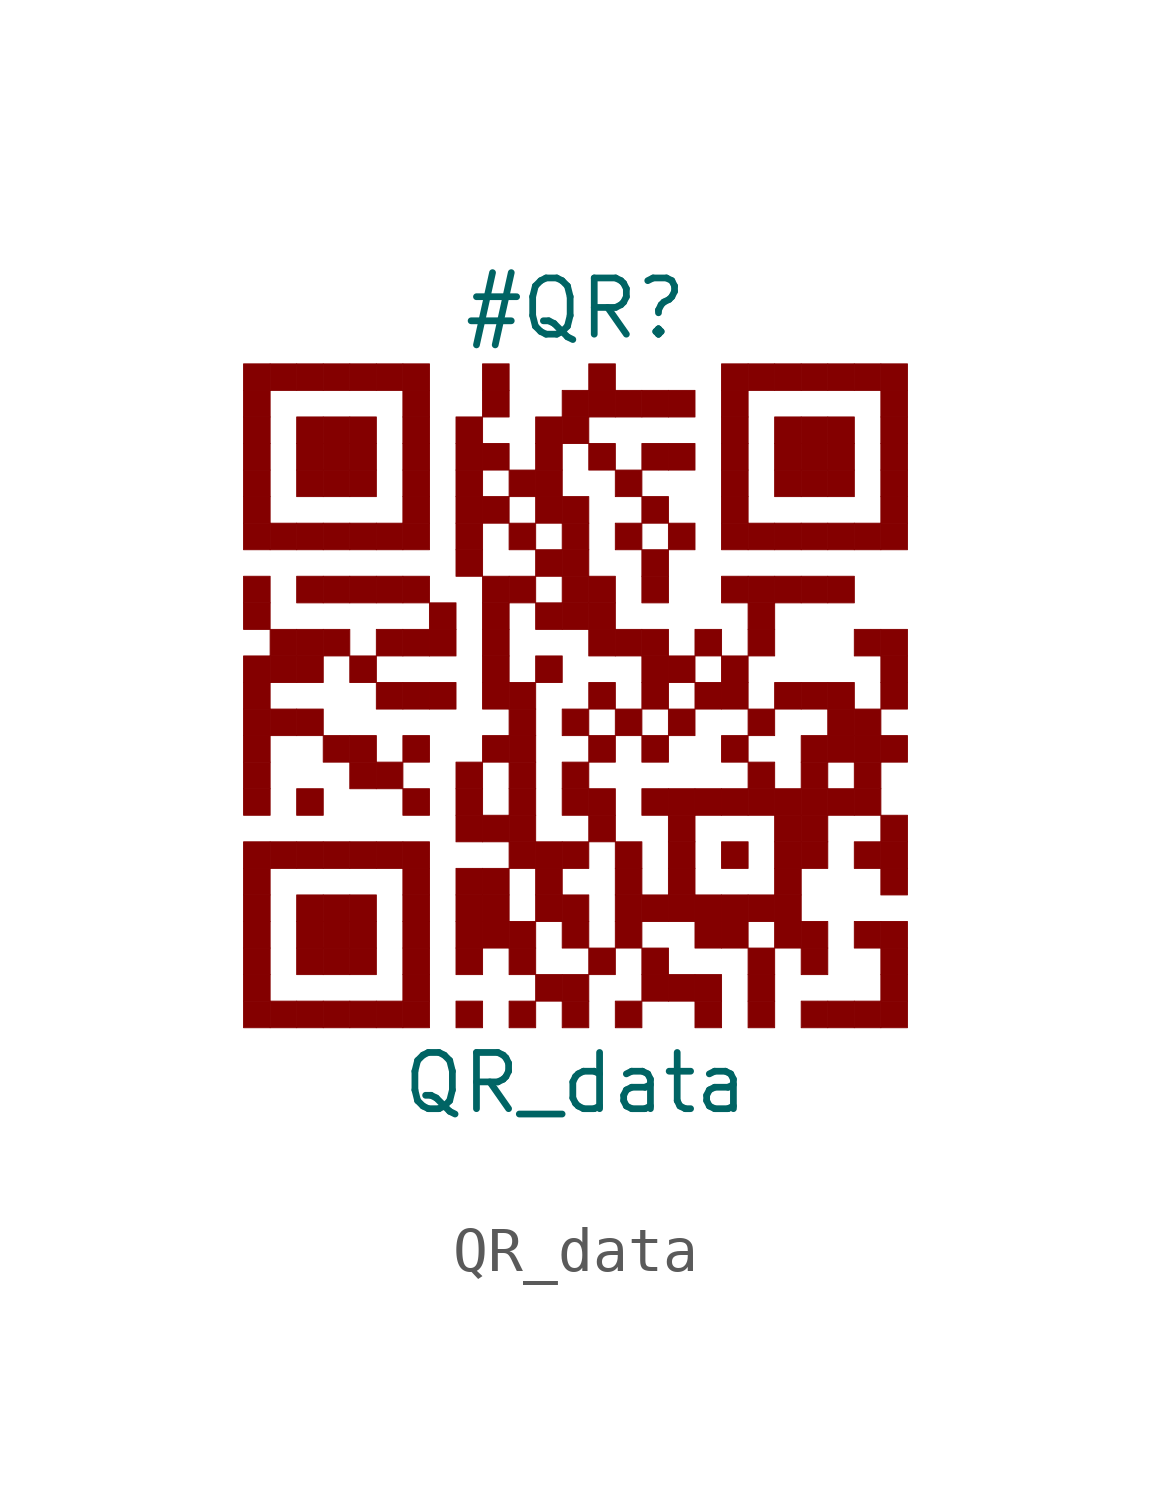
<source format=kicad_sym>
(kicad_symbol_lib
  (version 20211014)
  (generator kibot)
  (symbol "QR_data"
    (pin_numbers hide)
    (pin_names hide)
    (property "Reference" "#QR"
      (at 0 8.75 0)
      (effects (font (size 1.27 1.27))))
    (property "Value" "QR_data"
      (at 0 -8.75 0)
      (effects (font (size 1.27 1.27))))
    (rectangle
      (start -7.5 7.5)
      (end -6.9 6.9)
      (stroke (width 0.001) (type default))
      (fill (type outline)))
    (rectangle
      (start -6.9 7.5)
      (end -6.3 6.9)
      (stroke (width 0.001) (type default))
      (fill (type outline)))
    (rectangle
      (start -6.3 7.5)
      (end -5.7 6.9)
      (stroke (width 0.001) (type default))
      (fill (type outline)))
    (rectangle
      (start -5.7 7.5)
      (end -5.1 6.9)
      (stroke (width 0.001) (type default))
      (fill (type outline)))
    (rectangle
      (start -5.1 7.5)
      (end -4.5 6.9)
      (stroke (width 0.001) (type default))
      (fill (type outline)))
    (rectangle
      (start -4.5 7.5)
      (end -3.9 6.9)
      (stroke (width 0.001) (type default))
      (fill (type outline)))
    (rectangle
      (start -3.9 7.5)
      (end -3.3 6.9)
      (stroke (width 0.001) (type default))
      (fill (type outline)))
    (rectangle
      (start -2.1 7.5)
      (end -1.5 6.9)
      (stroke (width 0.001) (type default))
      (fill (type outline)))
    (rectangle
      (start 0.3 7.5)
      (end 0.9 6.9)
      (stroke (width 0.001) (type default))
      (fill (type outline)))
    (rectangle
      (start 3.3 7.5)
      (end 3.9 6.9)
      (stroke (width 0.001) (type default))
      (fill (type outline)))
    (rectangle
      (start 3.9 7.5)
      (end 4.5 6.9)
      (stroke (width 0.001) (type default))
      (fill (type outline)))
    (rectangle
      (start 4.5 7.5)
      (end 5.1 6.9)
      (stroke (width 0.001) (type default))
      (fill (type outline)))
    (rectangle
      (start 5.1 7.5)
      (end 5.7 6.9)
      (stroke (width 0.001) (type default))
      (fill (type outline)))
    (rectangle
      (start 5.7 7.5)
      (end 6.3 6.9)
      (stroke (width 0.001) (type default))
      (fill (type outline)))
    (rectangle
      (start 6.3 7.5)
      (end 6.9 6.9)
      (stroke (width 0.001) (type default))
      (fill (type outline)))
    (rectangle
      (start 6.9 7.5)
      (end 7.5 6.9)
      (stroke (width 0.001) (type default))
      (fill (type outline)))
    (rectangle
      (start -7.5 6.9)
      (end -6.9 6.3)
      (stroke (width 0.001) (type default))
      (fill (type outline)))
    (rectangle
      (start -3.9 6.9)
      (end -3.3 6.3)
      (stroke (width 0.001) (type default))
      (fill (type outline)))
    (rectangle
      (start -2.1 6.9)
      (end -1.5 6.3)
      (stroke (width 0.001) (type default))
      (fill (type outline)))
    (rectangle
      (start -0.3 6.9)
      (end 0.3 6.3)
      (stroke (width 0.001) (type default))
      (fill (type outline)))
    (rectangle
      (start 0.3 6.9)
      (end 0.9 6.3)
      (stroke (width 0.001) (type default))
      (fill (type outline)))
    (rectangle
      (start 0.9 6.9)
      (end 1.5 6.3)
      (stroke (width 0.001) (type default))
      (fill (type outline)))
    (rectangle
      (start 1.5 6.9)
      (end 2.1 6.3)
      (stroke (width 0.001) (type default))
      (fill (type outline)))
    (rectangle
      (start 2.1 6.9)
      (end 2.7 6.3)
      (stroke (width 0.001) (type default))
      (fill (type outline)))
    (rectangle
      (start 3.3 6.9)
      (end 3.9 6.3)
      (stroke (width 0.001) (type default))
      (fill (type outline)))
    (rectangle
      (start 6.9 6.9)
      (end 7.5 6.3)
      (stroke (width 0.001) (type default))
      (fill (type outline)))
    (rectangle
      (start -7.5 6.3)
      (end -6.9 5.7)
      (stroke (width 0.001) (type default))
      (fill (type outline)))
    (rectangle
      (start -6.3 6.3)
      (end -5.7 5.7)
      (stroke (width 0.001) (type default))
      (fill (type outline)))
    (rectangle
      (start -5.7 6.3)
      (end -5.1 5.7)
      (stroke (width 0.001) (type default))
      (fill (type outline)))
    (rectangle
      (start -5.1 6.3)
      (end -4.5 5.7)
      (stroke (width 0.001) (type default))
      (fill (type outline)))
    (rectangle
      (start -3.9 6.3)
      (end -3.3 5.7)
      (stroke (width 0.001) (type default))
      (fill (type outline)))
    (rectangle
      (start -2.7 6.3)
      (end -2.1 5.7)
      (stroke (width 0.001) (type default))
      (fill (type outline)))
    (rectangle
      (start -0.9 6.3)
      (end -0.3 5.7)
      (stroke (width 0.001) (type default))
      (fill (type outline)))
    (rectangle
      (start -0.3 6.3)
      (end 0.3 5.7)
      (stroke (width 0.001) (type default))
      (fill (type outline)))
    (rectangle
      (start 3.3 6.3)
      (end 3.9 5.7)
      (stroke (width 0.001) (type default))
      (fill (type outline)))
    (rectangle
      (start 4.5 6.3)
      (end 5.1 5.7)
      (stroke (width 0.001) (type default))
      (fill (type outline)))
    (rectangle
      (start 5.1 6.3)
      (end 5.7 5.7)
      (stroke (width 0.001) (type default))
      (fill (type outline)))
    (rectangle
      (start 5.7 6.3)
      (end 6.3 5.7)
      (stroke (width 0.001) (type default))
      (fill (type outline)))
    (rectangle
      (start 6.9 6.3)
      (end 7.5 5.7)
      (stroke (width 0.001) (type default))
      (fill (type outline)))
    (rectangle
      (start -7.5 5.7)
      (end -6.9 5.1)
      (stroke (width 0.001) (type default))
      (fill (type outline)))
    (rectangle
      (start -6.3 5.7)
      (end -5.7 5.1)
      (stroke (width 0.001) (type default))
      (fill (type outline)))
    (rectangle
      (start -5.7 5.7)
      (end -5.1 5.1)
      (stroke (width 0.001) (type default))
      (fill (type outline)))
    (rectangle
      (start -5.1 5.7)
      (end -4.5 5.1)
      (stroke (width 0.001) (type default))
      (fill (type outline)))
    (rectangle
      (start -3.9 5.7)
      (end -3.3 5.1)
      (stroke (width 0.001) (type default))
      (fill (type outline)))
    (rectangle
      (start -2.7 5.7)
      (end -2.1 5.1)
      (stroke (width 0.001) (type default))
      (fill (type outline)))
    (rectangle
      (start -2.1 5.7)
      (end -1.5 5.1)
      (stroke (width 0.001) (type default))
      (fill (type outline)))
    (rectangle
      (start -0.9 5.7)
      (end -0.3 5.1)
      (stroke (width 0.001) (type default))
      (fill (type outline)))
    (rectangle
      (start 0.3 5.7)
      (end 0.9 5.1)
      (stroke (width 0.001) (type default))
      (fill (type outline)))
    (rectangle
      (start 1.5 5.7)
      (end 2.1 5.1)
      (stroke (width 0.001) (type default))
      (fill (type outline)))
    (rectangle
      (start 2.1 5.7)
      (end 2.7 5.1)
      (stroke (width 0.001) (type default))
      (fill (type outline)))
    (rectangle
      (start 3.3 5.7)
      (end 3.9 5.1)
      (stroke (width 0.001) (type default))
      (fill (type outline)))
    (rectangle
      (start 4.5 5.7)
      (end 5.1 5.1)
      (stroke (width 0.001) (type default))
      (fill (type outline)))
    (rectangle
      (start 5.1 5.7)
      (end 5.7 5.1)
      (stroke (width 0.001) (type default))
      (fill (type outline)))
    (rectangle
      (start 5.7 5.7)
      (end 6.3 5.1)
      (stroke (width 0.001) (type default))
      (fill (type outline)))
    (rectangle
      (start 6.9 5.7)
      (end 7.5 5.1)
      (stroke (width 0.001) (type default))
      (fill (type outline)))
    (rectangle
      (start -7.5 5.1)
      (end -6.9 4.5)
      (stroke (width 0.001) (type default))
      (fill (type outline)))
    (rectangle
      (start -6.3 5.1)
      (end -5.7 4.5)
      (stroke (width 0.001) (type default))
      (fill (type outline)))
    (rectangle
      (start -5.7 5.1)
      (end -5.1 4.5)
      (stroke (width 0.001) (type default))
      (fill (type outline)))
    (rectangle
      (start -5.1 5.1)
      (end -4.5 4.5)
      (stroke (width 0.001) (type default))
      (fill (type outline)))
    (rectangle
      (start -3.9 5.1)
      (end -3.3 4.5)
      (stroke (width 0.001) (type default))
      (fill (type outline)))
    (rectangle
      (start -2.7 5.1)
      (end -2.1 4.5)
      (stroke (width 0.001) (type default))
      (fill (type outline)))
    (rectangle
      (start -1.5 5.1)
      (end -0.9 4.5)
      (stroke (width 0.001) (type default))
      (fill (type outline)))
    (rectangle
      (start -0.9 5.1)
      (end -0.3 4.5)
      (stroke (width 0.001) (type default))
      (fill (type outline)))
    (rectangle
      (start 0.9 5.1)
      (end 1.5 4.5)
      (stroke (width 0.001) (type default))
      (fill (type outline)))
    (rectangle
      (start 3.3 5.1)
      (end 3.9 4.5)
      (stroke (width 0.001) (type default))
      (fill (type outline)))
    (rectangle
      (start 4.5 5.1)
      (end 5.1 4.5)
      (stroke (width 0.001) (type default))
      (fill (type outline)))
    (rectangle
      (start 5.1 5.1)
      (end 5.7 4.5)
      (stroke (width 0.001) (type default))
      (fill (type outline)))
    (rectangle
      (start 5.7 5.1)
      (end 6.3 4.5)
      (stroke (width 0.001) (type default))
      (fill (type outline)))
    (rectangle
      (start 6.9 5.1)
      (end 7.5 4.5)
      (stroke (width 0.001) (type default))
      (fill (type outline)))
    (rectangle
      (start -7.5 4.5)
      (end -6.9 3.9)
      (stroke (width 0.001) (type default))
      (fill (type outline)))
    (rectangle
      (start -3.9 4.5)
      (end -3.3 3.9)
      (stroke (width 0.001) (type default))
      (fill (type outline)))
    (rectangle
      (start -2.7 4.5)
      (end -2.1 3.9)
      (stroke (width 0.001) (type default))
      (fill (type outline)))
    (rectangle
      (start -2.1 4.5)
      (end -1.5 3.9)
      (stroke (width 0.001) (type default))
      (fill (type outline)))
    (rectangle
      (start -0.9 4.5)
      (end -0.3 3.9)
      (stroke (width 0.001) (type default))
      (fill (type outline)))
    (rectangle
      (start -0.3 4.5)
      (end 0.3 3.9)
      (stroke (width 0.001) (type default))
      (fill (type outline)))
    (rectangle
      (start 1.5 4.5)
      (end 2.1 3.9)
      (stroke (width 0.001) (type default))
      (fill (type outline)))
    (rectangle
      (start 3.3 4.5)
      (end 3.9 3.9)
      (stroke (width 0.001) (type default))
      (fill (type outline)))
    (rectangle
      (start 6.9 4.5)
      (end 7.5 3.9)
      (stroke (width 0.001) (type default))
      (fill (type outline)))
    (rectangle
      (start -7.5 3.9)
      (end -6.9 3.3)
      (stroke (width 0.001) (type default))
      (fill (type outline)))
    (rectangle
      (start -6.9 3.9)
      (end -6.3 3.3)
      (stroke (width 0.001) (type default))
      (fill (type outline)))
    (rectangle
      (start -6.3 3.9)
      (end -5.7 3.3)
      (stroke (width 0.001) (type default))
      (fill (type outline)))
    (rectangle
      (start -5.7 3.9)
      (end -5.1 3.3)
      (stroke (width 0.001) (type default))
      (fill (type outline)))
    (rectangle
      (start -5.1 3.9)
      (end -4.5 3.3)
      (stroke (width 0.001) (type default))
      (fill (type outline)))
    (rectangle
      (start -4.5 3.9)
      (end -3.9 3.3)
      (stroke (width 0.001) (type default))
      (fill (type outline)))
    (rectangle
      (start -3.9 3.9)
      (end -3.3 3.3)
      (stroke (width 0.001) (type default))
      (fill (type outline)))
    (rectangle
      (start -2.7 3.9)
      (end -2.1 3.3)
      (stroke (width 0.001) (type default))
      (fill (type outline)))
    (rectangle
      (start -1.5 3.9)
      (end -0.9 3.3)
      (stroke (width 0.001) (type default))
      (fill (type outline)))
    (rectangle
      (start -0.3 3.9)
      (end 0.3 3.3)
      (stroke (width 0.001) (type default))
      (fill (type outline)))
    (rectangle
      (start 0.9 3.9)
      (end 1.5 3.3)
      (stroke (width 0.001) (type default))
      (fill (type outline)))
    (rectangle
      (start 2.1 3.9)
      (end 2.7 3.3)
      (stroke (width 0.001) (type default))
      (fill (type outline)))
    (rectangle
      (start 3.3 3.9)
      (end 3.9 3.3)
      (stroke (width 0.001) (type default))
      (fill (type outline)))
    (rectangle
      (start 3.9 3.9)
      (end 4.5 3.3)
      (stroke (width 0.001) (type default))
      (fill (type outline)))
    (rectangle
      (start 4.5 3.9)
      (end 5.1 3.3)
      (stroke (width 0.001) (type default))
      (fill (type outline)))
    (rectangle
      (start 5.1 3.9)
      (end 5.7 3.3)
      (stroke (width 0.001) (type default))
      (fill (type outline)))
    (rectangle
      (start 5.7 3.9)
      (end 6.3 3.3)
      (stroke (width 0.001) (type default))
      (fill (type outline)))
    (rectangle
      (start 6.3 3.9)
      (end 6.9 3.3)
      (stroke (width 0.001) (type default))
      (fill (type outline)))
    (rectangle
      (start 6.9 3.9)
      (end 7.5 3.3)
      (stroke (width 0.001) (type default))
      (fill (type outline)))
    (rectangle
      (start -2.7 3.3)
      (end -2.1 2.7)
      (stroke (width 0.001) (type default))
      (fill (type outline)))
    (rectangle
      (start -0.9 3.3)
      (end -0.3 2.7)
      (stroke (width 0.001) (type default))
      (fill (type outline)))
    (rectangle
      (start -0.3 3.3)
      (end 0.3 2.7)
      (stroke (width 0.001) (type default))
      (fill (type outline)))
    (rectangle
      (start 1.5 3.3)
      (end 2.1 2.7)
      (stroke (width 0.001) (type default))
      (fill (type outline)))
    (rectangle
      (start -7.5 2.7)
      (end -6.9 2.1)
      (stroke (width 0.001) (type default))
      (fill (type outline)))
    (rectangle
      (start -6.3 2.7)
      (end -5.7 2.1)
      (stroke (width 0.001) (type default))
      (fill (type outline)))
    (rectangle
      (start -5.7 2.7)
      (end -5.1 2.1)
      (stroke (width 0.001) (type default))
      (fill (type outline)))
    (rectangle
      (start -5.1 2.7)
      (end -4.5 2.1)
      (stroke (width 0.001) (type default))
      (fill (type outline)))
    (rectangle
      (start -4.5 2.7)
      (end -3.9 2.1)
      (stroke (width 0.001) (type default))
      (fill (type outline)))
    (rectangle
      (start -3.9 2.7)
      (end -3.3 2.1)
      (stroke (width 0.001) (type default))
      (fill (type outline)))
    (rectangle
      (start -2.1 2.7)
      (end -1.5 2.1)
      (stroke (width 0.001) (type default))
      (fill (type outline)))
    (rectangle
      (start -1.5 2.7)
      (end -0.9 2.1)
      (stroke (width 0.001) (type default))
      (fill (type outline)))
    (rectangle
      (start -0.3 2.7)
      (end 0.3 2.1)
      (stroke (width 0.001) (type default))
      (fill (type outline)))
    (rectangle
      (start 0.3 2.7)
      (end 0.9 2.1)
      (stroke (width 0.001) (type default))
      (fill (type outline)))
    (rectangle
      (start 1.5 2.7)
      (end 2.1 2.1)
      (stroke (width 0.001) (type default))
      (fill (type outline)))
    (rectangle
      (start 3.3 2.7)
      (end 3.9 2.1)
      (stroke (width 0.001) (type default))
      (fill (type outline)))
    (rectangle
      (start 3.9 2.7)
      (end 4.5 2.1)
      (stroke (width 0.001) (type default))
      (fill (type outline)))
    (rectangle
      (start 4.5 2.7)
      (end 5.1 2.1)
      (stroke (width 0.001) (type default))
      (fill (type outline)))
    (rectangle
      (start 5.1 2.7)
      (end 5.7 2.1)
      (stroke (width 0.001) (type default))
      (fill (type outline)))
    (rectangle
      (start 5.7 2.7)
      (end 6.3 2.1)
      (stroke (width 0.001) (type default))
      (fill (type outline)))
    (rectangle
      (start -7.5 2.1)
      (end -6.9 1.5)
      (stroke (width 0.001) (type default))
      (fill (type outline)))
    (rectangle
      (start -3.3 2.1)
      (end -2.7 1.5)
      (stroke (width 0.001) (type default))
      (fill (type outline)))
    (rectangle
      (start -2.1 2.1)
      (end -1.5 1.5)
      (stroke (width 0.001) (type default))
      (fill (type outline)))
    (rectangle
      (start -0.9 2.1)
      (end -0.3 1.5)
      (stroke (width 0.001) (type default))
      (fill (type outline)))
    (rectangle
      (start -0.3 2.1)
      (end 0.3 1.5)
      (stroke (width 0.001) (type default))
      (fill (type outline)))
    (rectangle
      (start 0.3 2.1)
      (end 0.9 1.5)
      (stroke (width 0.001) (type default))
      (fill (type outline)))
    (rectangle
      (start 3.9 2.1)
      (end 4.5 1.5)
      (stroke (width 0.001) (type default))
      (fill (type outline)))
    (rectangle
      (start -6.9 1.5)
      (end -6.3 0.9)
      (stroke (width 0.001) (type default))
      (fill (type outline)))
    (rectangle
      (start -6.3 1.5)
      (end -5.7 0.9)
      (stroke (width 0.001) (type default))
      (fill (type outline)))
    (rectangle
      (start -5.7 1.5)
      (end -5.1 0.9)
      (stroke (width 0.001) (type default))
      (fill (type outline)))
    (rectangle
      (start -4.5 1.5)
      (end -3.9 0.9)
      (stroke (width 0.001) (type default))
      (fill (type outline)))
    (rectangle
      (start -3.9 1.5)
      (end -3.3 0.9)
      (stroke (width 0.001) (type default))
      (fill (type outline)))
    (rectangle
      (start -3.3 1.5)
      (end -2.7 0.9)
      (stroke (width 0.001) (type default))
      (fill (type outline)))
    (rectangle
      (start -2.1 1.5)
      (end -1.5 0.9)
      (stroke (width 0.001) (type default))
      (fill (type outline)))
    (rectangle
      (start 0.3 1.5)
      (end 0.9 0.9)
      (stroke (width 0.001) (type default))
      (fill (type outline)))
    (rectangle
      (start 0.9 1.5)
      (end 1.5 0.9)
      (stroke (width 0.001) (type default))
      (fill (type outline)))
    (rectangle
      (start 1.5 1.5)
      (end 2.1 0.9)
      (stroke (width 0.001) (type default))
      (fill (type outline)))
    (rectangle
      (start 2.7 1.5)
      (end 3.3 0.9)
      (stroke (width 0.001) (type default))
      (fill (type outline)))
    (rectangle
      (start 3.9 1.5)
      (end 4.5 0.9)
      (stroke (width 0.001) (type default))
      (fill (type outline)))
    (rectangle
      (start 6.3 1.5)
      (end 6.9 0.9)
      (stroke (width 0.001) (type default))
      (fill (type outline)))
    (rectangle
      (start 6.9 1.5)
      (end 7.5 0.9)
      (stroke (width 0.001) (type default))
      (fill (type outline)))
    (rectangle
      (start -7.5 0.9)
      (end -6.9 0.3)
      (stroke (width 0.001) (type default))
      (fill (type outline)))
    (rectangle
      (start -6.9 0.9)
      (end -6.3 0.3)
      (stroke (width 0.001) (type default))
      (fill (type outline)))
    (rectangle
      (start -6.3 0.9)
      (end -5.7 0.3)
      (stroke (width 0.001) (type default))
      (fill (type outline)))
    (rectangle
      (start -5.1 0.9)
      (end -4.5 0.3)
      (stroke (width 0.001) (type default))
      (fill (type outline)))
    (rectangle
      (start -2.1 0.9)
      (end -1.5 0.3)
      (stroke (width 0.001) (type default))
      (fill (type outline)))
    (rectangle
      (start -0.9 0.9)
      (end -0.3 0.3)
      (stroke (width 0.001) (type default))
      (fill (type outline)))
    (rectangle
      (start 1.5 0.9)
      (end 2.1 0.3)
      (stroke (width 0.001) (type default))
      (fill (type outline)))
    (rectangle
      (start 2.1 0.9)
      (end 2.7 0.3)
      (stroke (width 0.001) (type default))
      (fill (type outline)))
    (rectangle
      (start 3.3 0.9)
      (end 3.9 0.3)
      (stroke (width 0.001) (type default))
      (fill (type outline)))
    (rectangle
      (start 6.9 0.9)
      (end 7.5 0.3)
      (stroke (width 0.001) (type default))
      (fill (type outline)))
    (rectangle
      (start -7.5 0.3)
      (end -6.9 -0.3)
      (stroke (width 0.001) (type default))
      (fill (type outline)))
    (rectangle
      (start -4.5 0.3)
      (end -3.9 -0.3)
      (stroke (width 0.001) (type default))
      (fill (type outline)))
    (rectangle
      (start -3.9 0.3)
      (end -3.3 -0.3)
      (stroke (width 0.001) (type default))
      (fill (type outline)))
    (rectangle
      (start -3.3 0.3)
      (end -2.7 -0.3)
      (stroke (width 0.001) (type default))
      (fill (type outline)))
    (rectangle
      (start -2.1 0.3)
      (end -1.5 -0.3)
      (stroke (width 0.001) (type default))
      (fill (type outline)))
    (rectangle
      (start -1.5 0.3)
      (end -0.9 -0.3)
      (stroke (width 0.001) (type default))
      (fill (type outline)))
    (rectangle
      (start 0.3 0.3)
      (end 0.9 -0.3)
      (stroke (width 0.001) (type default))
      (fill (type outline)))
    (rectangle
      (start 1.5 0.3)
      (end 2.1 -0.3)
      (stroke (width 0.001) (type default))
      (fill (type outline)))
    (rectangle
      (start 2.7 0.3)
      (end 3.3 -0.3)
      (stroke (width 0.001) (type default))
      (fill (type outline)))
    (rectangle
      (start 3.3 0.3)
      (end 3.9 -0.3)
      (stroke (width 0.001) (type default))
      (fill (type outline)))
    (rectangle
      (start 4.5 0.3)
      (end 5.1 -0.3)
      (stroke (width 0.001) (type default))
      (fill (type outline)))
    (rectangle
      (start 5.1 0.3)
      (end 5.7 -0.3)
      (stroke (width 0.001) (type default))
      (fill (type outline)))
    (rectangle
      (start 5.7 0.3)
      (end 6.3 -0.3)
      (stroke (width 0.001) (type default))
      (fill (type outline)))
    (rectangle
      (start 6.9 0.3)
      (end 7.5 -0.3)
      (stroke (width 0.001) (type default))
      (fill (type outline)))
    (rectangle
      (start -7.5 -0.3)
      (end -6.9 -0.9)
      (stroke (width 0.001) (type default))
      (fill (type outline)))
    (rectangle
      (start -6.9 -0.3)
      (end -6.3 -0.9)
      (stroke (width 0.001) (type default))
      (fill (type outline)))
    (rectangle
      (start -6.3 -0.3)
      (end -5.7 -0.9)
      (stroke (width 0.001) (type default))
      (fill (type outline)))
    (rectangle
      (start -1.5 -0.3)
      (end -0.9 -0.9)
      (stroke (width 0.001) (type default))
      (fill (type outline)))
    (rectangle
      (start -0.3 -0.3)
      (end 0.3 -0.9)
      (stroke (width 0.001) (type default))
      (fill (type outline)))
    (rectangle
      (start 0.9 -0.3)
      (end 1.5 -0.9)
      (stroke (width 0.001) (type default))
      (fill (type outline)))
    (rectangle
      (start 2.1 -0.3)
      (end 2.7 -0.9)
      (stroke (width 0.001) (type default))
      (fill (type outline)))
    (rectangle
      (start 3.9 -0.3)
      (end 4.5 -0.9)
      (stroke (width 0.001) (type default))
      (fill (type outline)))
    (rectangle
      (start 5.7 -0.3)
      (end 6.3 -0.9)
      (stroke (width 0.001) (type default))
      (fill (type outline)))
    (rectangle
      (start 6.3 -0.3)
      (end 6.9 -0.9)
      (stroke (width 0.001) (type default))
      (fill (type outline)))
    (rectangle
      (start -7.5 -0.9)
      (end -6.9 -1.5)
      (stroke (width 0.001) (type default))
      (fill (type outline)))
    (rectangle
      (start -5.7 -0.9)
      (end -5.1 -1.5)
      (stroke (width 0.001) (type default))
      (fill (type outline)))
    (rectangle
      (start -5.1 -0.9)
      (end -4.5 -1.5)
      (stroke (width 0.001) (type default))
      (fill (type outline)))
    (rectangle
      (start -3.9 -0.9)
      (end -3.3 -1.5)
      (stroke (width 0.001) (type default))
      (fill (type outline)))
    (rectangle
      (start -2.1 -0.9)
      (end -1.5 -1.5)
      (stroke (width 0.001) (type default))
      (fill (type outline)))
    (rectangle
      (start -1.5 -0.9)
      (end -0.9 -1.5)
      (stroke (width 0.001) (type default))
      (fill (type outline)))
    (rectangle
      (start 0.3 -0.9)
      (end 0.9 -1.5)
      (stroke (width 0.001) (type default))
      (fill (type outline)))
    (rectangle
      (start 1.5 -0.9)
      (end 2.1 -1.5)
      (stroke (width 0.001) (type default))
      (fill (type outline)))
    (rectangle
      (start 3.3 -0.9)
      (end 3.9 -1.5)
      (stroke (width 0.001) (type default))
      (fill (type outline)))
    (rectangle
      (start 5.1 -0.9)
      (end 5.7 -1.5)
      (stroke (width 0.001) (type default))
      (fill (type outline)))
    (rectangle
      (start 5.7 -0.9)
      (end 6.3 -1.5)
      (stroke (width 0.001) (type default))
      (fill (type outline)))
    (rectangle
      (start 6.3 -0.9)
      (end 6.9 -1.5)
      (stroke (width 0.001) (type default))
      (fill (type outline)))
    (rectangle
      (start 6.9 -0.9)
      (end 7.5 -1.5)
      (stroke (width 0.001) (type default))
      (fill (type outline)))
    (rectangle
      (start -7.5 -1.5)
      (end -6.9 -2.1)
      (stroke (width 0.001) (type default))
      (fill (type outline)))
    (rectangle
      (start -5.1 -1.5)
      (end -4.5 -2.1)
      (stroke (width 0.001) (type default))
      (fill (type outline)))
    (rectangle
      (start -4.5 -1.5)
      (end -3.9 -2.1)
      (stroke (width 0.001) (type default))
      (fill (type outline)))
    (rectangle
      (start -2.7 -1.5)
      (end -2.1 -2.1)
      (stroke (width 0.001) (type default))
      (fill (type outline)))
    (rectangle
      (start -1.5 -1.5)
      (end -0.9 -2.1)
      (stroke (width 0.001) (type default))
      (fill (type outline)))
    (rectangle
      (start -0.3 -1.5)
      (end 0.3 -2.1)
      (stroke (width 0.001) (type default))
      (fill (type outline)))
    (rectangle
      (start 3.9 -1.5)
      (end 4.5 -2.1)
      (stroke (width 0.001) (type default))
      (fill (type outline)))
    (rectangle
      (start 5.1 -1.5)
      (end 5.7 -2.1)
      (stroke (width 0.001) (type default))
      (fill (type outline)))
    (rectangle
      (start 6.3 -1.5)
      (end 6.9 -2.1)
      (stroke (width 0.001) (type default))
      (fill (type outline)))
    (rectangle
      (start -7.5 -2.1)
      (end -6.9 -2.7)
      (stroke (width 0.001) (type default))
      (fill (type outline)))
    (rectangle
      (start -6.3 -2.1)
      (end -5.7 -2.7)
      (stroke (width 0.001) (type default))
      (fill (type outline)))
    (rectangle
      (start -3.9 -2.1)
      (end -3.3 -2.7)
      (stroke (width 0.001) (type default))
      (fill (type outline)))
    (rectangle
      (start -2.7 -2.1)
      (end -2.1 -2.7)
      (stroke (width 0.001) (type default))
      (fill (type outline)))
    (rectangle
      (start -1.5 -2.1)
      (end -0.9 -2.7)
      (stroke (width 0.001) (type default))
      (fill (type outline)))
    (rectangle
      (start -0.3 -2.1)
      (end 0.3 -2.7)
      (stroke (width 0.001) (type default))
      (fill (type outline)))
    (rectangle
      (start 0.3 -2.1)
      (end 0.9 -2.7)
      (stroke (width 0.001) (type default))
      (fill (type outline)))
    (rectangle
      (start 1.5 -2.1)
      (end 2.1 -2.7)
      (stroke (width 0.001) (type default))
      (fill (type outline)))
    (rectangle
      (start 2.1 -2.1)
      (end 2.7 -2.7)
      (stroke (width 0.001) (type default))
      (fill (type outline)))
    (rectangle
      (start 2.7 -2.1)
      (end 3.3 -2.7)
      (stroke (width 0.001) (type default))
      (fill (type outline)))
    (rectangle
      (start 3.3 -2.1)
      (end 3.9 -2.7)
      (stroke (width 0.001) (type default))
      (fill (type outline)))
    (rectangle
      (start 3.9 -2.1)
      (end 4.5 -2.7)
      (stroke (width 0.001) (type default))
      (fill (type outline)))
    (rectangle
      (start 4.5 -2.1)
      (end 5.1 -2.7)
      (stroke (width 0.001) (type default))
      (fill (type outline)))
    (rectangle
      (start 5.1 -2.1)
      (end 5.7 -2.7)
      (stroke (width 0.001) (type default))
      (fill (type outline)))
    (rectangle
      (start 5.7 -2.1)
      (end 6.3 -2.7)
      (stroke (width 0.001) (type default))
      (fill (type outline)))
    (rectangle
      (start 6.3 -2.1)
      (end 6.9 -2.7)
      (stroke (width 0.001) (type default))
      (fill (type outline)))
    (rectangle
      (start -2.7 -2.7)
      (end -2.1 -3.3)
      (stroke (width 0.001) (type default))
      (fill (type outline)))
    (rectangle
      (start -2.1 -2.7)
      (end -1.5 -3.3)
      (stroke (width 0.001) (type default))
      (fill (type outline)))
    (rectangle
      (start -1.5 -2.7)
      (end -0.9 -3.3)
      (stroke (width 0.001) (type default))
      (fill (type outline)))
    (rectangle
      (start 0.3 -2.7)
      (end 0.9 -3.3)
      (stroke (width 0.001) (type default))
      (fill (type outline)))
    (rectangle
      (start 2.1 -2.7)
      (end 2.7 -3.3)
      (stroke (width 0.001) (type default))
      (fill (type outline)))
    (rectangle
      (start 4.5 -2.7)
      (end 5.1 -3.3)
      (stroke (width 0.001) (type default))
      (fill (type outline)))
    (rectangle
      (start 5.1 -2.7)
      (end 5.7 -3.3)
      (stroke (width 0.001) (type default))
      (fill (type outline)))
    (rectangle
      (start 6.9 -2.7)
      (end 7.5 -3.3)
      (stroke (width 0.001) (type default))
      (fill (type outline)))
    (rectangle
      (start -7.5 -3.3)
      (end -6.9 -3.9)
      (stroke (width 0.001) (type default))
      (fill (type outline)))
    (rectangle
      (start -6.9 -3.3)
      (end -6.3 -3.9)
      (stroke (width 0.001) (type default))
      (fill (type outline)))
    (rectangle
      (start -6.3 -3.3)
      (end -5.7 -3.9)
      (stroke (width 0.001) (type default))
      (fill (type outline)))
    (rectangle
      (start -5.7 -3.3)
      (end -5.1 -3.9)
      (stroke (width 0.001) (type default))
      (fill (type outline)))
    (rectangle
      (start -5.1 -3.3)
      (end -4.5 -3.9)
      (stroke (width 0.001) (type default))
      (fill (type outline)))
    (rectangle
      (start -4.5 -3.3)
      (end -3.9 -3.9)
      (stroke (width 0.001) (type default))
      (fill (type outline)))
    (rectangle
      (start -3.9 -3.3)
      (end -3.3 -3.9)
      (stroke (width 0.001) (type default))
      (fill (type outline)))
    (rectangle
      (start -1.5 -3.3)
      (end -0.9 -3.9)
      (stroke (width 0.001) (type default))
      (fill (type outline)))
    (rectangle
      (start -0.9 -3.3)
      (end -0.3 -3.9)
      (stroke (width 0.001) (type default))
      (fill (type outline)))
    (rectangle
      (start -0.3 -3.3)
      (end 0.3 -3.9)
      (stroke (width 0.001) (type default))
      (fill (type outline)))
    (rectangle
      (start 0.9 -3.3)
      (end 1.5 -3.9)
      (stroke (width 0.001) (type default))
      (fill (type outline)))
    (rectangle
      (start 2.1 -3.3)
      (end 2.7 -3.9)
      (stroke (width 0.001) (type default))
      (fill (type outline)))
    (rectangle
      (start 3.3 -3.3)
      (end 3.9 -3.9)
      (stroke (width 0.001) (type default))
      (fill (type outline)))
    (rectangle
      (start 4.5 -3.3)
      (end 5.1 -3.9)
      (stroke (width 0.001) (type default))
      (fill (type outline)))
    (rectangle
      (start 5.1 -3.3)
      (end 5.7 -3.9)
      (stroke (width 0.001) (type default))
      (fill (type outline)))
    (rectangle
      (start 6.3 -3.3)
      (end 6.9 -3.9)
      (stroke (width 0.001) (type default))
      (fill (type outline)))
    (rectangle
      (start 6.9 -3.3)
      (end 7.5 -3.9)
      (stroke (width 0.001) (type default))
      (fill (type outline)))
    (rectangle
      (start -7.5 -3.9)
      (end -6.9 -4.5)
      (stroke (width 0.001) (type default))
      (fill (type outline)))
    (rectangle
      (start -3.9 -3.9)
      (end -3.3 -4.5)
      (stroke (width 0.001) (type default))
      (fill (type outline)))
    (rectangle
      (start -2.7 -3.9)
      (end -2.1 -4.5)
      (stroke (width 0.001) (type default))
      (fill (type outline)))
    (rectangle
      (start -2.1 -3.9)
      (end -1.5 -4.5)
      (stroke (width 0.001) (type default))
      (fill (type outline)))
    (rectangle
      (start -0.9 -3.9)
      (end -0.3 -4.5)
      (stroke (width 0.001) (type default))
      (fill (type outline)))
    (rectangle
      (start 0.9 -3.9)
      (end 1.5 -4.5)
      (stroke (width 0.001) (type default))
      (fill (type outline)))
    (rectangle
      (start 2.1 -3.9)
      (end 2.7 -4.5)
      (stroke (width 0.001) (type default))
      (fill (type outline)))
    (rectangle
      (start 4.5 -3.9)
      (end 5.1 -4.5)
      (stroke (width 0.001) (type default))
      (fill (type outline)))
    (rectangle
      (start 6.9 -3.9)
      (end 7.5 -4.5)
      (stroke (width 0.001) (type default))
      (fill (type outline)))
    (rectangle
      (start -7.5 -4.5)
      (end -6.9 -5.1)
      (stroke (width 0.001) (type default))
      (fill (type outline)))
    (rectangle
      (start -6.3 -4.5)
      (end -5.7 -5.1)
      (stroke (width 0.001) (type default))
      (fill (type outline)))
    (rectangle
      (start -5.7 -4.5)
      (end -5.1 -5.1)
      (stroke (width 0.001) (type default))
      (fill (type outline)))
    (rectangle
      (start -5.1 -4.5)
      (end -4.5 -5.1)
      (stroke (width 0.001) (type default))
      (fill (type outline)))
    (rectangle
      (start -3.9 -4.5)
      (end -3.3 -5.1)
      (stroke (width 0.001) (type default))
      (fill (type outline)))
    (rectangle
      (start -2.7 -4.5)
      (end -2.1 -5.1)
      (stroke (width 0.001) (type default))
      (fill (type outline)))
    (rectangle
      (start -2.1 -4.5)
      (end -1.5 -5.1)
      (stroke (width 0.001) (type default))
      (fill (type outline)))
    (rectangle
      (start -0.9 -4.5)
      (end -0.3 -5.1)
      (stroke (width 0.001) (type default))
      (fill (type outline)))
    (rectangle
      (start -0.3 -4.5)
      (end 0.3 -5.1)
      (stroke (width 0.001) (type default))
      (fill (type outline)))
    (rectangle
      (start 0.9 -4.5)
      (end 1.5 -5.1)
      (stroke (width 0.001) (type default))
      (fill (type outline)))
    (rectangle
      (start 1.5 -4.5)
      (end 2.1 -5.1)
      (stroke (width 0.001) (type default))
      (fill (type outline)))
    (rectangle
      (start 2.1 -4.5)
      (end 2.7 -5.1)
      (stroke (width 0.001) (type default))
      (fill (type outline)))
    (rectangle
      (start 2.7 -4.5)
      (end 3.3 -5.1)
      (stroke (width 0.001) (type default))
      (fill (type outline)))
    (rectangle
      (start 3.3 -4.5)
      (end 3.9 -5.1)
      (stroke (width 0.001) (type default))
      (fill (type outline)))
    (rectangle
      (start 3.9 -4.5)
      (end 4.5 -5.1)
      (stroke (width 0.001) (type default))
      (fill (type outline)))
    (rectangle
      (start 4.5 -4.5)
      (end 5.1 -5.1)
      (stroke (width 0.001) (type default))
      (fill (type outline)))
    (rectangle
      (start -7.5 -5.1)
      (end -6.9 -5.7)
      (stroke (width 0.001) (type default))
      (fill (type outline)))
    (rectangle
      (start -6.3 -5.1)
      (end -5.7 -5.7)
      (stroke (width 0.001) (type default))
      (fill (type outline)))
    (rectangle
      (start -5.7 -5.1)
      (end -5.1 -5.7)
      (stroke (width 0.001) (type default))
      (fill (type outline)))
    (rectangle
      (start -5.1 -5.1)
      (end -4.5 -5.7)
      (stroke (width 0.001) (type default))
      (fill (type outline)))
    (rectangle
      (start -3.9 -5.1)
      (end -3.3 -5.7)
      (stroke (width 0.001) (type default))
      (fill (type outline)))
    (rectangle
      (start -2.7 -5.1)
      (end -2.1 -5.7)
      (stroke (width 0.001) (type default))
      (fill (type outline)))
    (rectangle
      (start -2.1 -5.1)
      (end -1.5 -5.7)
      (stroke (width 0.001) (type default))
      (fill (type outline)))
    (rectangle
      (start -1.5 -5.1)
      (end -0.9 -5.7)
      (stroke (width 0.001) (type default))
      (fill (type outline)))
    (rectangle
      (start -0.3 -5.1)
      (end 0.3 -5.7)
      (stroke (width 0.001) (type default))
      (fill (type outline)))
    (rectangle
      (start 0.9 -5.1)
      (end 1.5 -5.7)
      (stroke (width 0.001) (type default))
      (fill (type outline)))
    (rectangle
      (start 2.7 -5.1)
      (end 3.3 -5.7)
      (stroke (width 0.001) (type default))
      (fill (type outline)))
    (rectangle
      (start 3.3 -5.1)
      (end 3.9 -5.7)
      (stroke (width 0.001) (type default))
      (fill (type outline)))
    (rectangle
      (start 4.5 -5.1)
      (end 5.1 -5.7)
      (stroke (width 0.001) (type default))
      (fill (type outline)))
    (rectangle
      (start 5.1 -5.1)
      (end 5.7 -5.7)
      (stroke (width 0.001) (type default))
      (fill (type outline)))
    (rectangle
      (start 6.3 -5.1)
      (end 6.9 -5.7)
      (stroke (width 0.001) (type default))
      (fill (type outline)))
    (rectangle
      (start 6.9 -5.1)
      (end 7.5 -5.7)
      (stroke (width 0.001) (type default))
      (fill (type outline)))
    (rectangle
      (start -7.5 -5.7)
      (end -6.9 -6.3)
      (stroke (width 0.001) (type default))
      (fill (type outline)))
    (rectangle
      (start -6.3 -5.7)
      (end -5.7 -6.3)
      (stroke (width 0.001) (type default))
      (fill (type outline)))
    (rectangle
      (start -5.7 -5.7)
      (end -5.1 -6.3)
      (stroke (width 0.001) (type default))
      (fill (type outline)))
    (rectangle
      (start -5.1 -5.7)
      (end -4.5 -6.3)
      (stroke (width 0.001) (type default))
      (fill (type outline)))
    (rectangle
      (start -3.9 -5.7)
      (end -3.3 -6.3)
      (stroke (width 0.001) (type default))
      (fill (type outline)))
    (rectangle
      (start -2.7 -5.7)
      (end -2.1 -6.3)
      (stroke (width 0.001) (type default))
      (fill (type outline)))
    (rectangle
      (start -1.5 -5.7)
      (end -0.9 -6.3)
      (stroke (width 0.001) (type default))
      (fill (type outline)))
    (rectangle
      (start 0.3 -5.7)
      (end 0.9 -6.3)
      (stroke (width 0.001) (type default))
      (fill (type outline)))
    (rectangle
      (start 1.5 -5.7)
      (end 2.1 -6.3)
      (stroke (width 0.001) (type default))
      (fill (type outline)))
    (rectangle
      (start 3.9 -5.7)
      (end 4.5 -6.3)
      (stroke (width 0.001) (type default))
      (fill (type outline)))
    (rectangle
      (start 5.1 -5.7)
      (end 5.7 -6.3)
      (stroke (width 0.001) (type default))
      (fill (type outline)))
    (rectangle
      (start 6.9 -5.7)
      (end 7.5 -6.3)
      (stroke (width 0.001) (type default))
      (fill (type outline)))
    (rectangle
      (start -7.5 -6.3)
      (end -6.9 -6.9)
      (stroke (width 0.001) (type default))
      (fill (type outline)))
    (rectangle
      (start -3.9 -6.3)
      (end -3.3 -6.9)
      (stroke (width 0.001) (type default))
      (fill (type outline)))
    (rectangle
      (start -0.9 -6.3)
      (end -0.3 -6.9)
      (stroke (width 0.001) (type default))
      (fill (type outline)))
    (rectangle
      (start -0.3 -6.3)
      (end 0.3 -6.9)
      (stroke (width 0.001) (type default))
      (fill (type outline)))
    (rectangle
      (start 1.5 -6.3)
      (end 2.1 -6.9)
      (stroke (width 0.001) (type default))
      (fill (type outline)))
    (rectangle
      (start 2.1 -6.3)
      (end 2.7 -6.9)
      (stroke (width 0.001) (type default))
      (fill (type outline)))
    (rectangle
      (start 2.7 -6.3)
      (end 3.3 -6.9)
      (stroke (width 0.001) (type default))
      (fill (type outline)))
    (rectangle
      (start 3.9 -6.3)
      (end 4.5 -6.9)
      (stroke (width 0.001) (type default))
      (fill (type outline)))
    (rectangle
      (start 6.9 -6.3)
      (end 7.5 -6.9)
      (stroke (width 0.001) (type default))
      (fill (type outline)))
    (rectangle
      (start -7.5 -6.9)
      (end -6.9 -7.5)
      (stroke (width 0.001) (type default))
      (fill (type outline)))
    (rectangle
      (start -6.9 -6.9)
      (end -6.3 -7.5)
      (stroke (width 0.001) (type default))
      (fill (type outline)))
    (rectangle
      (start -6.3 -6.9)
      (end -5.7 -7.5)
      (stroke (width 0.001) (type default))
      (fill (type outline)))
    (rectangle
      (start -5.7 -6.9)
      (end -5.1 -7.5)
      (stroke (width 0.001) (type default))
      (fill (type outline)))
    (rectangle
      (start -5.1 -6.9)
      (end -4.5 -7.5)
      (stroke (width 0.001) (type default))
      (fill (type outline)))
    (rectangle
      (start -4.5 -6.9)
      (end -3.9 -7.5)
      (stroke (width 0.001) (type default))
      (fill (type outline)))
    (rectangle
      (start -3.9 -6.9)
      (end -3.3 -7.5)
      (stroke (width 0.001) (type default))
      (fill (type outline)))
    (rectangle
      (start -2.7 -6.9)
      (end -2.1 -7.5)
      (stroke (width 0.001) (type default))
      (fill (type outline)))
    (rectangle
      (start -1.5 -6.9)
      (end -0.9 -7.5)
      (stroke (width 0.001) (type default))
      (fill (type outline)))
    (rectangle
      (start -0.3 -6.9)
      (end 0.3 -7.5)
      (stroke (width 0.001) (type default))
      (fill (type outline)))
    (rectangle
      (start 0.9 -6.9)
      (end 1.5 -7.5)
      (stroke (width 0.001) (type default))
      (fill (type outline)))
    (rectangle
      (start 2.7 -6.9)
      (end 3.3 -7.5)
      (stroke (width 0.001) (type default))
      (fill (type outline)))
    (rectangle
      (start 3.9 -6.9)
      (end 4.5 -7.5)
      (stroke (width 0.001) (type default))
      (fill (type outline)))
    (rectangle
      (start 5.1 -6.9)
      (end 5.7 -7.5)
      (stroke (width 0.001) (type default))
      (fill (type outline)))
    (rectangle
      (start 5.7 -6.9)
      (end 6.3 -7.5)
      (stroke (width 0.001) (type default))
      (fill (type outline)))
    (rectangle
      (start 6.3 -6.9)
      (end 6.9 -7.5)
      (stroke (width 0.001) (type default))
      (fill (type outline)))
    (rectangle
      (start 6.9 -6.9)
      (end 7.5 -7.5)
      (stroke (width 0.001) (type default))
      (fill (type outline)))))
</source>
